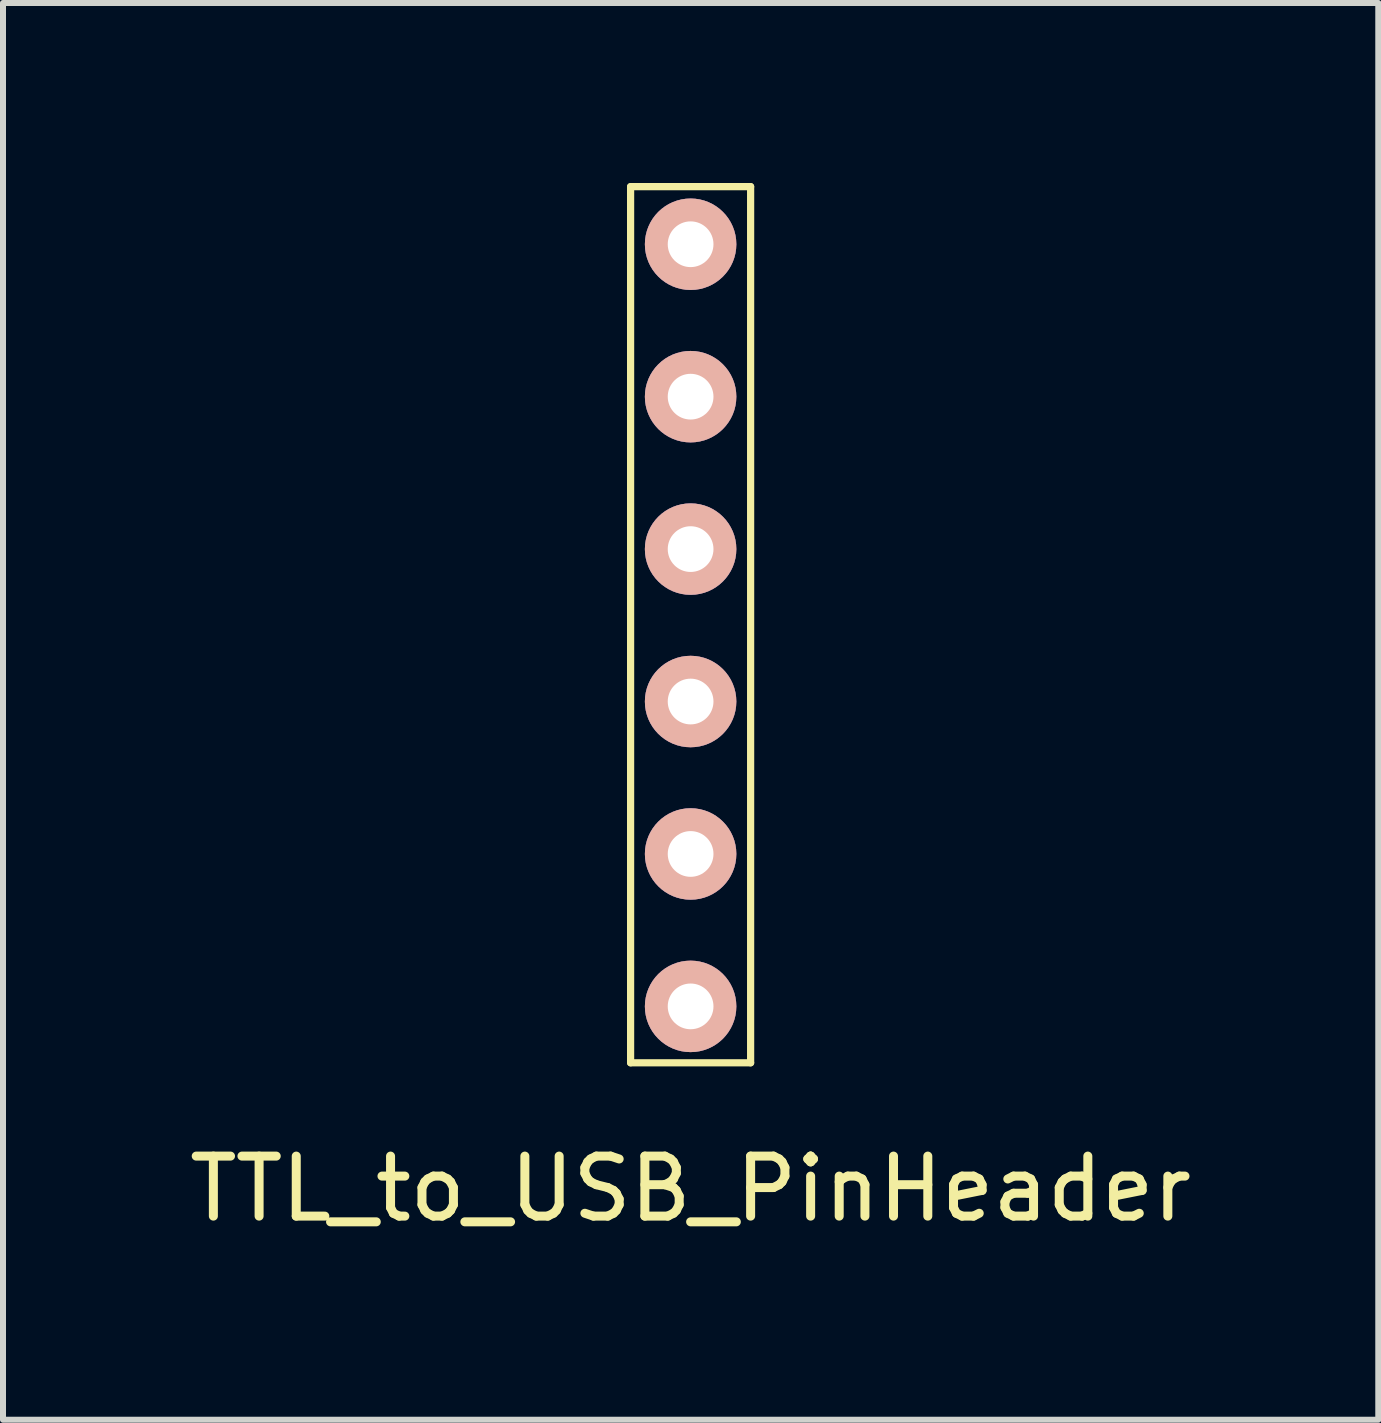
<source format=kicad_pcb>
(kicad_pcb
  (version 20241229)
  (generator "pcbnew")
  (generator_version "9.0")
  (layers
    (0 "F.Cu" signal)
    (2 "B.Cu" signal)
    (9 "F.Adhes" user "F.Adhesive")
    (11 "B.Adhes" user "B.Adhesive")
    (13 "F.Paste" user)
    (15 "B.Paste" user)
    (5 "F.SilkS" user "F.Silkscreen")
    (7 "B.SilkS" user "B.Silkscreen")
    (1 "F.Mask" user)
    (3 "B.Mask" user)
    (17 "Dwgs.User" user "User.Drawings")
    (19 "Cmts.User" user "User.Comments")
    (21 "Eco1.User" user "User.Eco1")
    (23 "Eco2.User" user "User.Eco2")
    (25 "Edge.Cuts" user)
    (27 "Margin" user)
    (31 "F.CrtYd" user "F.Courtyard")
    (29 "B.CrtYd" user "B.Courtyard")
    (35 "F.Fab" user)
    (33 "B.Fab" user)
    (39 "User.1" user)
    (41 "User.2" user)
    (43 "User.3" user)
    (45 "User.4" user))
  (footprint "TTL_to_USB_PinHeader"
    (layer "F.Cu")
    (at 8.458 16.26)
    (property "Reference" "TTL_to_USB_PinHeader" (at 0 0.5 0) (layer "F.SilkS") (effects (font (size 1 1) (thickness 0.15))))
    (attr through_hole)
    (fp_line (start -1 -1.6) (end -1 -16.2) (stroke (width 0.12) (type solid)) (layer "F.SilkS"))
    (fp_line (start 1 -16.2) (end -1 -16.2) (stroke (width 0.12) (type solid)) (layer "F.SilkS"))
    (fp_line (start 1 -16.2) (end 1 -1.6) (stroke (width 0.12) (type solid)) (layer "F.SilkS"))
    (fp_line (start 1 -1.6) (end -1 -1.6) (stroke (width 0.12) (type solid)) (layer "F.SilkS"))
    (pad "1" thru_hole circle (at 0 -2.54) (size 1.524 1.524) (drill 0.762) (layers "*.Cu" "*.Mask" "B.SilkS"))
    (pad "2" thru_hole circle (at 0 -5.08) (size 1.524 1.524) (drill 0.762) (layers "*.Cu" "*.Mask" "B.SilkS"))
    (pad "3" thru_hole circle (at 0 -7.62) (size 1.524 1.524) (drill 0.762) (layers "*.Cu" "*.Mask" "B.SilkS"))
    (pad "4" thru_hole circle (at 0 -10.16) (size 1.524 1.524) (drill 0.762) (layers "*.Cu" "*.Mask" "B.SilkS"))
    (pad "5" thru_hole circle (at 0 -12.7) (size 1.524 1.524) (drill 0.762) (layers "*.Cu" "*.Mask" "B.SilkS"))
    (pad "6" thru_hole circle (at 0 -15.24) (size 1.524 1.524) (drill 0.762) (layers "*.Cu" "*.Mask" "B.SilkS")))
  (gr_rect
    (start -3 -3)
    (end 19.917 20.608)
    (stroke (width 0.1) (type default))
    (fill no)
    (layer "Edge.Cuts")))
</source>
